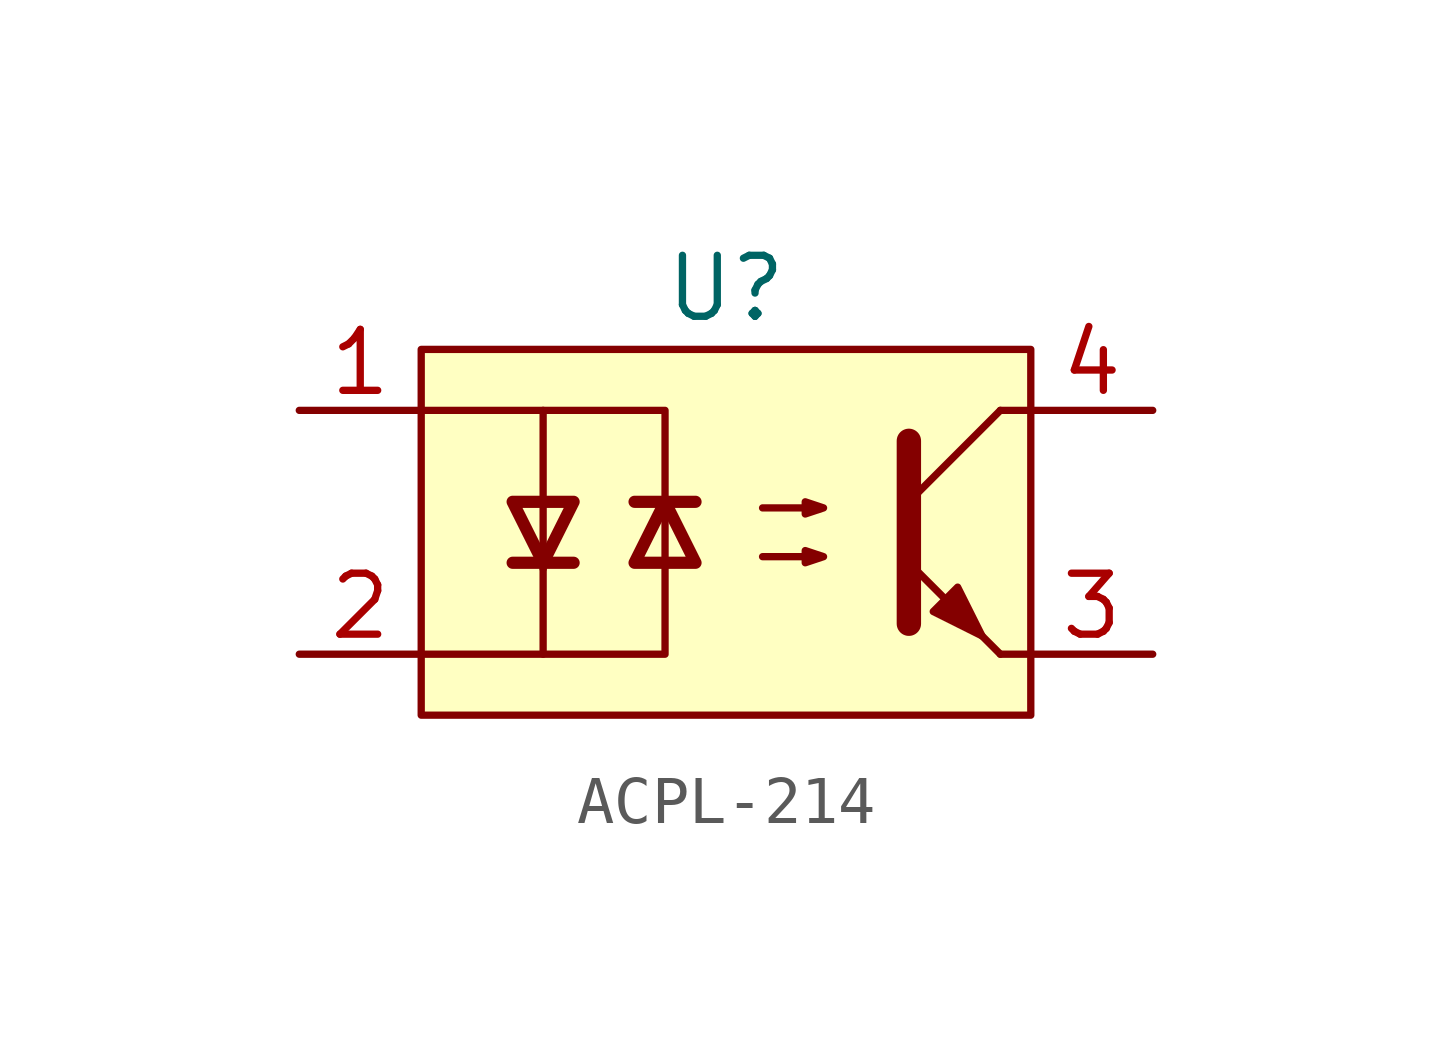
<source format=kicad_sym>
(kicad_symbol_lib
  (version 20241209)
  (generator "kicad_symbol_editor")
  (generator_version "9.0")
  (symbol "ACPL-214"
    (pin_names
      (offset 1.016))
    (property "Reference" "U"
      (at 0 5.08 0)
      (effects (font (size 1.27 1.27))))
    (symbol "ACPL-214_0_1"
      (rectangle (start -6.35 3.81) (end 6.35 -3.81) (stroke (width 0) (type solid)) (fill (type background)))
      (polyline (pts (xy -3.81 2.54) (xy -1.27 2.54) (xy -1.27 -2.54) (xy -3.81 -2.54)) (stroke (width 0) (type solid)) (fill (type none))))
    (symbol "ACPL-214_1_1"
      (polyline (pts (xy -6.35 2.54) (xy -3.81 2.54) (xy -3.81 -0.762)) (stroke (width 0) (type solid)) (fill (type none)))
      (polyline (pts (xy -4.445 -0.635) (xy -3.175 -0.635)) (stroke (width 0.254) (type solid)) (fill (type none)))
      (polyline (pts (xy -3.81 -0.635) (xy -3.81 -2.54) (xy -6.35 -2.54)) (stroke (width 0) (type solid)) (fill (type none)))
      (polyline (pts (xy -3.81 -0.635) (xy -4.445 0.635) (xy -3.175 0.635) (xy -3.81 -0.635)) (stroke (width 0.254) (type solid)) (fill (type none)))
      (polyline (pts (xy -1.27 0.635) (xy -0.635 -0.635) (xy -1.905 -0.635) (xy -1.27 0.635)) (stroke (width 0.254) (type solid)) (fill (type none)))
      (polyline (pts (xy -0.635 0.635) (xy -1.905 0.635)) (stroke (width 0.254) (type solid)) (fill (type none)))
      (polyline (pts (xy 0.762 0.508) (xy 2.032 0.508) (xy 1.651 0.381) (xy 1.651 0.635) (xy 2.032 0.508)) (stroke (width 0) (type solid)) (fill (type none)))
      (polyline (pts (xy 0.762 -0.508) (xy 2.032 -0.508) (xy 1.651 -0.635) (xy 1.651 -0.381) (xy 2.032 -0.508)) (stroke (width 0) (type solid)) (fill (type none)))
      (polyline (pts (xy 3.81 1.905) (xy 3.81 -1.905) (xy 3.81 -1.905)) (stroke (width 0.508) (type solid)) (fill (type none)))
      (polyline (pts (xy 3.81 0.635) (xy 5.715 2.54)) (stroke (width 0) (type solid)) (fill (type none)))
      (polyline (pts (xy 4.318 -1.651) (xy 4.826 -1.143) (xy 5.334 -2.159) (xy 4.318 -1.651) (xy 4.318 -1.651)) (stroke (width 0) (type solid)) (fill (type outline)))
      (polyline (pts (xy 5.715 2.54) (xy 6.35 2.54)) (stroke (width 0) (type solid)) (fill (type none)))
      (polyline (pts (xy 5.715 -2.54) (xy 3.81 -0.635)) (stroke (width 0) (type solid)) (fill (type outline)))
      (polyline (pts (xy 5.715 -2.54) (xy 6.35 -2.54)) (stroke (width 0) (type solid)) (fill (type none)))
      (pin passive line (at -8.89 2.54 0) (length 2.54) (name "~" (effects (font (size 1.27 1.27)))) (number "1" (effects (font (size 1.27 1.27)))))
      (pin passive line (at -8.89 -2.54 0) (length 2.54) (name "~" (effects (font (size 1.27 1.27)))) (number "2" (effects (font (size 1.27 1.27)))))
      (pin passive line (at 8.89 2.54 180) (length 2.54) (name "~" (effects (font (size 1.27 1.27)))) (number "4" (effects (font (size 1.27 1.27)))))
      (pin passive line (at 8.89 -2.54 180) (length 2.54) (name "~" (effects (font (size 1.27 1.27)))) (number "3" (effects (font (size 1.27 1.27))))))))
</source>
